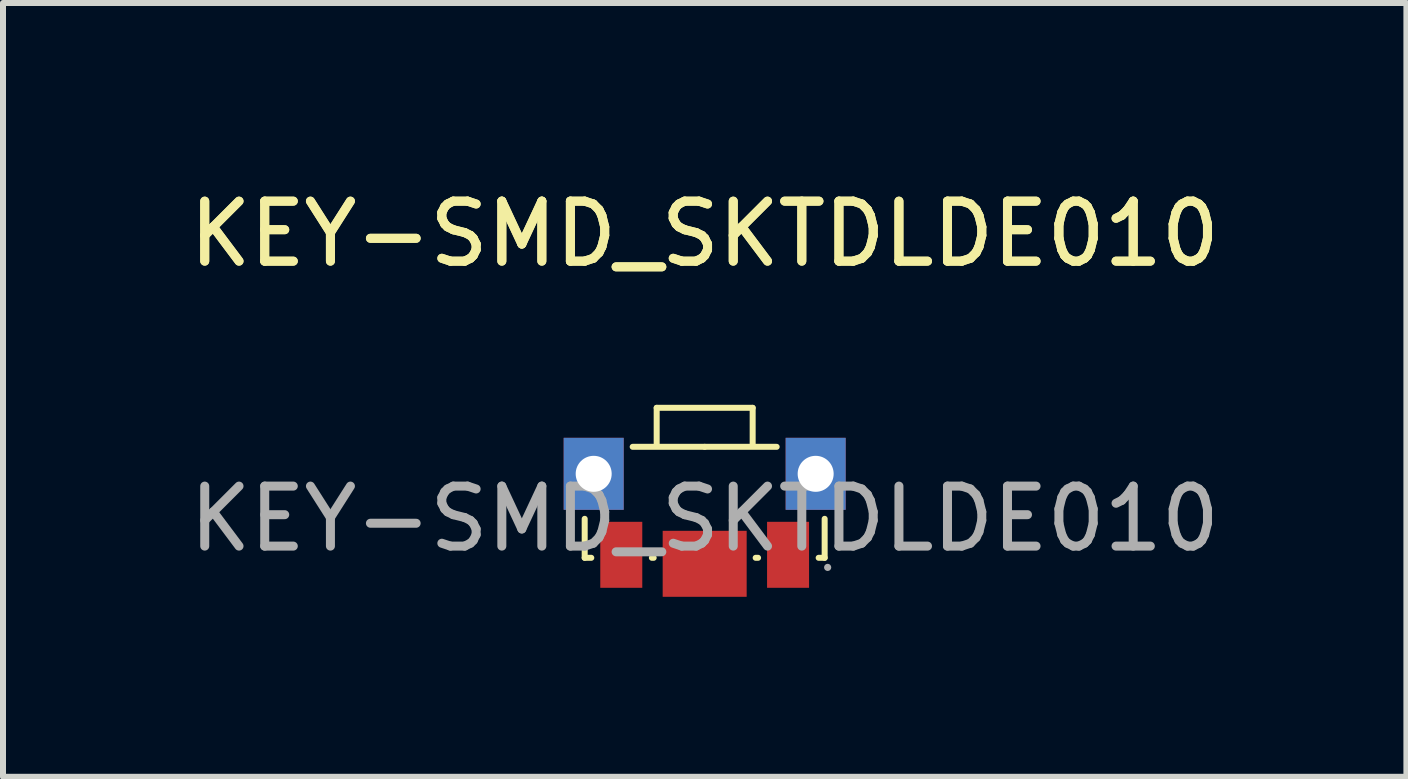
<source format=kicad_pcb>
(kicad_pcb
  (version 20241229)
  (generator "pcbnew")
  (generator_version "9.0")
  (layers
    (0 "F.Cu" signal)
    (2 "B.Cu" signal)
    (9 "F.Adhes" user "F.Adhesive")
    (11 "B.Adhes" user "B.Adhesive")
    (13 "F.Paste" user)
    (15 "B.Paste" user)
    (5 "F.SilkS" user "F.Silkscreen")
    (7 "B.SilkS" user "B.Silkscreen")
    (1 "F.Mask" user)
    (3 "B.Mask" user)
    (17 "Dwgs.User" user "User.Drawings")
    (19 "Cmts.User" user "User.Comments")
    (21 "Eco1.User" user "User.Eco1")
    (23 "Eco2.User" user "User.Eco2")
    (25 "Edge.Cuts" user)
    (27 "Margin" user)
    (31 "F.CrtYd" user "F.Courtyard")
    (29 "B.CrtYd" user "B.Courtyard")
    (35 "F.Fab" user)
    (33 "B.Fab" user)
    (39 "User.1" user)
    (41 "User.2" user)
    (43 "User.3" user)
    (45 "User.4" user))
  (footprint "KEY-SMD_SKTDLDE010"
    (layer "F.Cu")
    (at 8.696 5.598)
    (property "Reference" "KEY-SMD_SKTDLDE010" (at 0 -4.75 0) (layer "F.SilkS") (effects (font (size 1 1) (thickness 0.15))))
    (attr smd)
    (fp_line (start -2 0.65) (end -2 0) (stroke (width 0.1) (type solid)) (layer "F.SilkS"))
    (fp_line (start -2 0.65) (end -1.89 0.65) (stroke (width 0.1) (type solid)) (layer "F.SilkS"))
    (fp_line (start -0.88 0.65) (end -0.85 0.65) (stroke (width 0.1) (type solid)) (layer "F.SilkS"))
    (fp_line (start -0.8 -1.85) (end 0.8 -1.85) (stroke (width 0.1) (type solid)) (layer "F.SilkS"))
    (fp_line (start -0.8 -1.25) (end -0.8 -1.85) (stroke (width 0.1) (type solid)) (layer "F.SilkS"))
    (fp_line (start 0 -1.2) (end -1.2 -1.2) (stroke (width 0.1) (type solid)) (layer "F.SilkS"))
    (fp_line (start 0 -1.2) (end 1.2 -1.2) (stroke (width 0.1) (type solid)) (layer "F.SilkS"))
    (fp_line (start 0.8 -1.85) (end 0.8 -1.25) (stroke (width 0.1) (type solid)) (layer "F.SilkS"))
    (fp_line (start 0.85 0.65) (end 0.89 0.65) (stroke (width 0.1) (type solid)) (layer "F.SilkS"))
    (fp_line (start 1.9 0.65) (end 2 0.65) (stroke (width 0.1) (type solid)) (layer "F.SilkS"))
    (fp_line (start 2 0.65) (end 2 0) (stroke (width 0.1) (type solid)) (layer "F.SilkS"))
    (fp_circle (center -1.85 -0.75) (end -1.75 -0.75) (stroke (width 0.2) (type solid)) (fill no) (layer "F.Fab"))
    (fp_circle (center 1.85 -0.75) (end 1.95 -0.75) (stroke (width 0.2) (type solid)) (fill no) (layer "F.Fab"))
    (fp_circle (center 2.05 0.81) (end 2.08 0.81) (stroke (width 0.06) (type solid)) (fill no) (layer "F.Fab"))
    (fp_text user "${REFERENCE}" (at 0 -4.75 0) (layer "F.SilkS") (effects (font (size 1 1) (thickness 0.15))))
    (fp_text user "${REFERENCE}" (at 0 0 0) (layer "F.Fab") (effects (font (size 1 1) (thickness 0.15))))
    (pad "1" smd rect (at 1.39 0.6) (size 0.7 1.1) (layers "F.Cu" "F.Mask" "F.Paste"))
    (pad "2" smd rect (at -1.39 0.6) (size 0.7 1.1) (layers "F.Cu" "F.Mask" "F.Paste"))
    (pad "3" smd rect (at 0 0.75) (size 1.4 1.1) (layers "F.Cu" "F.Mask" "F.Paste"))
    (pad "4" thru_hole rect (at -1.85 -0.75) (size 1 1.2) (drill 0.6) (layers "*.Cu" "*.Mask"))
    (pad "4" thru_hole rect (at 1.85 -0.75) (size 1 1.2) (drill 0.6) (layers "*.Cu" "*.Mask")))
  (gr_rect
    (start -3 -3)
    (end 20.393 9.898)
    (stroke (width 0.1) (type default))
    (fill no)
    (layer "Edge.Cuts")))
</source>
